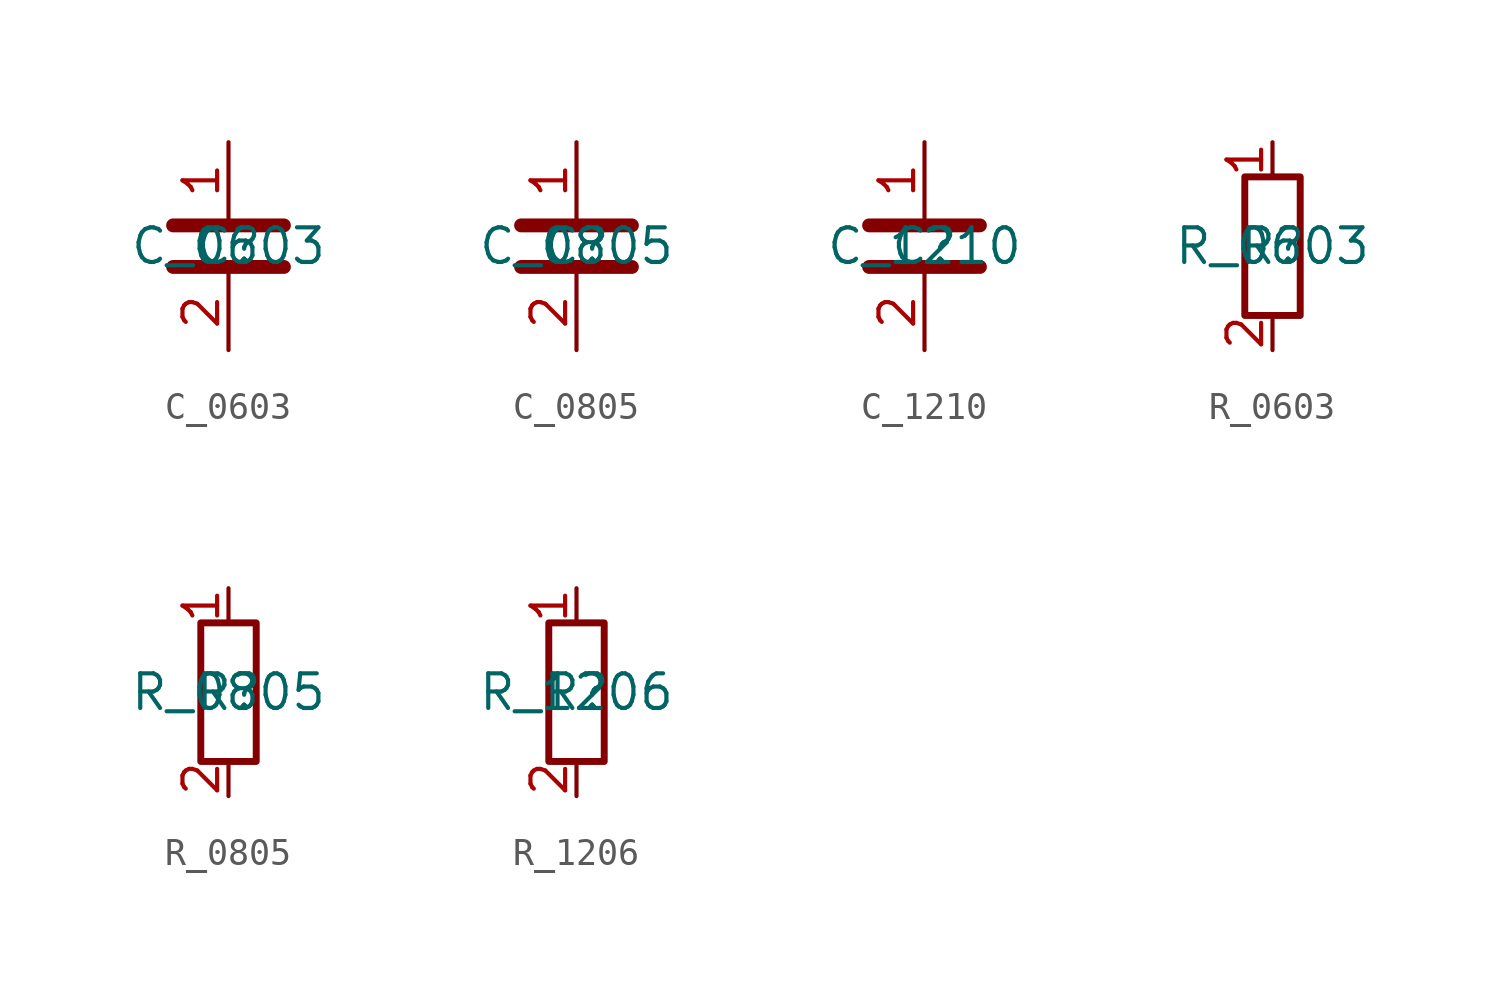
<source format=kicad_sym>
(kicad_symbol_lib
  (version 20211014)
  (generator kicad_symbol_editor)
  (symbol "C_0603"
    (pin_names
      (offset 0) hide)
    (property "Reference" "C"
      (at 0 0 0)
      (effects (font (size 1.27 1.27))))
    (property "Value" "C_0603"
      (at 0 0 0)
      (effects (font (size 1.27 1.27))))
    (symbol "C_0603_1_1"
      (polyline (pts (xy -2.032 -0.762) (xy 2.032 -0.762)) (stroke (width 0.508) (type default) (color 0 0 0 0)) (fill (type none)))
      (polyline (pts (xy -2.032 0.762) (xy 2.032 0.762)) (stroke (width 0.508) (type default) (color 0 0 0 0)) (fill (type none)))
      (pin passive line (at 0 3.81 270) (length 2.794) (name "~" (effects (font (size 1.27 1.27)))) (number "1" (effects (font (size 1.27 1.27)))))
      (pin passive line (at 0 -3.81 90) (length 2.794) (name "~" (effects (font (size 1.27 1.27)))) (number "2" (effects (font (size 1.27 1.27)))))))
  (symbol "C_0805"
    (pin_names
      (offset 0) hide)
    (property "Reference" "C"
      (at 0 0 0)
      (effects (font (size 1.27 1.27))))
    (property "Value" "C_0805"
      (at 0 0 0)
      (effects (font (size 1.27 1.27))))
    (symbol "C_0805_1_1"
      (polyline (pts (xy -2.032 -0.762) (xy 2.032 -0.762)) (stroke (width 0.508) (type default) (color 0 0 0 0)) (fill (type none)))
      (polyline (pts (xy -2.032 0.762) (xy 2.032 0.762)) (stroke (width 0.508) (type default) (color 0 0 0 0)) (fill (type none)))
      (pin passive line (at 0 3.81 270) (length 2.794) (name "~" (effects (font (size 1.27 1.27)))) (number "1" (effects (font (size 1.27 1.27)))))
      (pin passive line (at 0 -3.81 90) (length 2.794) (name "~" (effects (font (size 1.27 1.27)))) (number "2" (effects (font (size 1.27 1.27)))))))
  (symbol "C_1210"
    (pin_names
      (offset 0) hide)
    (property "Reference" "C"
      (at 0 0 0)
      (effects (font (size 1.27 1.27))))
    (property "Value" "C_1210"
      (at 0 0 0)
      (effects (font (size 1.27 1.27))))
    (symbol "C_1210_1_1"
      (polyline (pts (xy -2.032 -0.762) (xy 2.032 -0.762)) (stroke (width 0.508) (type default) (color 0 0 0 0)) (fill (type none)))
      (polyline (pts (xy -2.032 0.762) (xy 2.032 0.762)) (stroke (width 0.508) (type default) (color 0 0 0 0)) (fill (type none)))
      (pin passive line (at 0 3.81 270) (length 2.794) (name "~" (effects (font (size 1.27 1.27)))) (number "1" (effects (font (size 1.27 1.27)))))
      (pin passive line (at 0 -3.81 90) (length 2.794) (name "~" (effects (font (size 1.27 1.27)))) (number "2" (effects (font (size 1.27 1.27)))))))
  (symbol "R_0603"
    (pin_names
      (offset 0) hide)
    (property "Reference" "R"
      (at 0 0 0)
      (effects (font (size 1.27 1.27))))
    (property "Value" "R_0603"
      (at 0 0 0)
      (effects (font (size 1.27 1.27))))
    (symbol "R_0603_1_1"
      (rectangle (start -1.016 -2.54) (end 1.016 2.54) (stroke (width 0.254) (type default) (color 0 0 0 0)) (fill (type none)))
      (pin passive line (at 0 3.81 270) (length 1.27) (name "~" (effects (font (size 1.27 1.27)))) (number "1" (effects (font (size 1.27 1.27)))))
      (pin passive line (at 0 -3.81 90) (length 1.27) (name "~" (effects (font (size 1.27 1.27)))) (number "2" (effects (font (size 1.27 1.27)))))))
  (symbol "R_0805"
    (pin_names
      (offset 0) hide)
    (property "Reference" "R"
      (at 0 0 0)
      (effects (font (size 1.27 1.27))))
    (property "Value" "R_0805"
      (at 0 0 0)
      (effects (font (size 1.27 1.27))))
    (symbol "R_0805_1_1"
      (rectangle (start -1.016 -2.54) (end 1.016 2.54) (stroke (width 0.254) (type default) (color 0 0 0 0)) (fill (type none)))
      (pin passive line (at 0 3.81 270) (length 1.27) (name "~" (effects (font (size 1.27 1.27)))) (number "1" (effects (font (size 1.27 1.27)))))
      (pin passive line (at 0 -3.81 90) (length 1.27) (name "~" (effects (font (size 1.27 1.27)))) (number "2" (effects (font (size 1.27 1.27)))))))
  (symbol "R_1206"
    (pin_names
      (offset 0) hide)
    (property "Reference" "R"
      (at 0 0 0)
      (effects (font (size 1.27 1.27))))
    (property "Value" "R_1206"
      (at 0 0 0)
      (effects (font (size 1.27 1.27))))
    (symbol "R_1206_1_1"
      (rectangle (start -1.016 -2.54) (end 1.016 2.54) (stroke (width 0.254) (type default) (color 0 0 0 0)) (fill (type none)))
      (pin passive line (at 0 3.81 270) (length 1.27) (name "~" (effects (font (size 1.27 1.27)))) (number "1" (effects (font (size 1.27 1.27)))))
      (pin passive line (at 0 -3.81 90) (length 1.27) (name "~" (effects (font (size 1.27 1.27)))) (number "2" (effects (font (size 1.27 1.27))))))))
</source>
